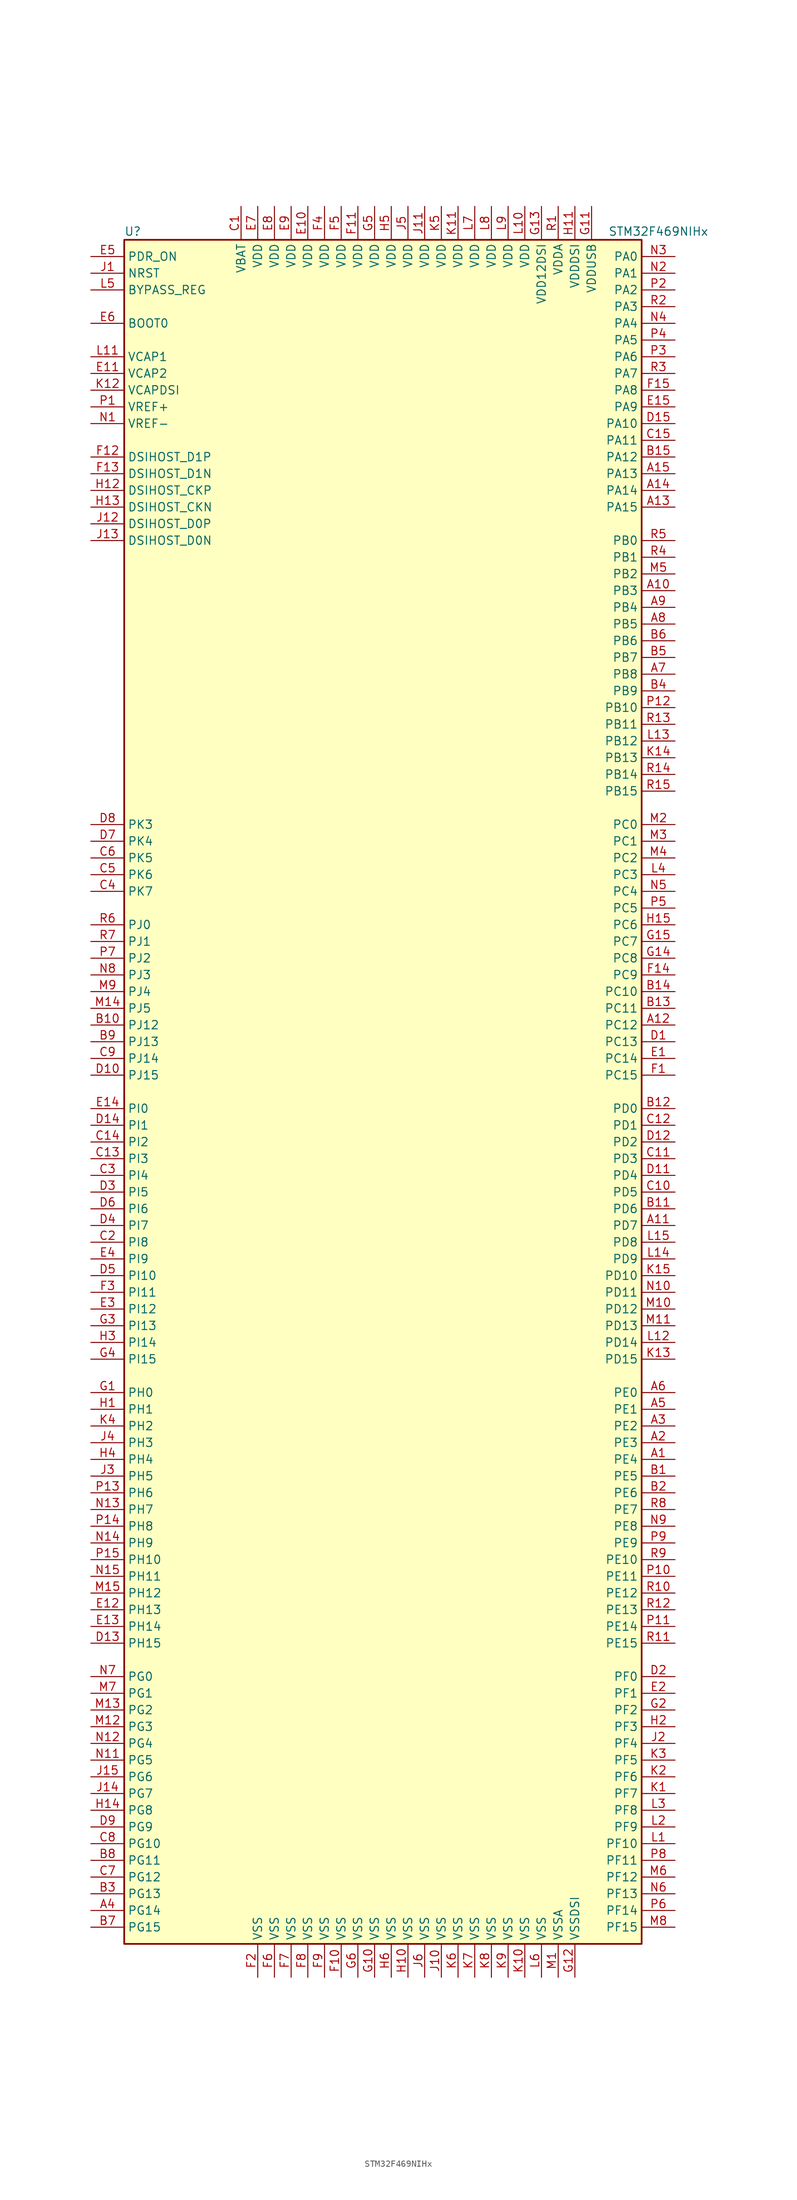
<source format=kicad_sym>
(kicad_symbol_lib
  (version 20201005)
  (generator kicad_symbol_editor)
  (symbol "STM32F469NIHx"
    (property "Reference" "U"
      (at -40.64 130.81 0)
      (effects (font (size 1.27 1.27)) (justify left)))
    (property "Value" "STM32F469NIHx"
      (at 33.02 130.81 0)
      (effects (font (size 1.27 1.27)) (justify left)))
    (symbol "STM32F469NIHx_0_1"
      (rectangle (start -40.64 -129.54) (end 38.1 129.54) (stroke (width 0.254)) (fill (type background))))
    (symbol "STM32F469NIHx_1_1"
      (pin bidirectional line (at 43.18 -55.88 180) (length 5.08) (name "PE4" (effects (font (size 1.27 1.27)))) (number "A1" (effects (font (size 1.27 1.27)))))
      (pin bidirectional line (at 43.18 76.2 180) (length 5.08) (name "PB3" (effects (font (size 1.27 1.27)))) (number "A10" (effects (font (size 1.27 1.27)))))
      (pin bidirectional line (at 43.18 -20.32 180) (length 5.08) (name "PD7" (effects (font (size 1.27 1.27)))) (number "A11" (effects (font (size 1.27 1.27)))))
      (pin bidirectional line (at 43.18 10.16 180) (length 5.08) (name "PC12" (effects (font (size 1.27 1.27)))) (number "A12" (effects (font (size 1.27 1.27)))))
      (pin bidirectional line (at 43.18 88.9 180) (length 5.08) (name "PA15" (effects (font (size 1.27 1.27)))) (number "A13" (effects (font (size 1.27 1.27)))))
      (pin bidirectional line (at 43.18 91.44 180) (length 5.08) (name "PA14" (effects (font (size 1.27 1.27)))) (number "A14" (effects (font (size 1.27 1.27)))))
      (pin bidirectional line (at 43.18 93.98 180) (length 5.08) (name "PA13" (effects (font (size 1.27 1.27)))) (number "A15" (effects (font (size 1.27 1.27)))))
      (pin bidirectional line (at 43.18 -53.34 180) (length 5.08) (name "PE3" (effects (font (size 1.27 1.27)))) (number "A2" (effects (font (size 1.27 1.27)))))
      (pin bidirectional line (at 43.18 -50.8 180) (length 5.08) (name "PE2" (effects (font (size 1.27 1.27)))) (number "A3" (effects (font (size 1.27 1.27)))))
      (pin bidirectional line (at -45.72 -124.46 0) (length 5.08) (name "PG14" (effects (font (size 1.27 1.27)))) (number "A4" (effects (font (size 1.27 1.27)))))
      (pin bidirectional line (at 43.18 -48.26 180) (length 5.08) (name "PE1" (effects (font (size 1.27 1.27)))) (number "A5" (effects (font (size 1.27 1.27)))))
      (pin bidirectional line (at 43.18 -45.72 180) (length 5.08) (name "PE0" (effects (font (size 1.27 1.27)))) (number "A6" (effects (font (size 1.27 1.27)))))
      (pin bidirectional line (at 43.18 63.5 180) (length 5.08) (name "PB8" (effects (font (size 1.27 1.27)))) (number "A7" (effects (font (size 1.27 1.27)))))
      (pin bidirectional line (at 43.18 71.12 180) (length 5.08) (name "PB5" (effects (font (size 1.27 1.27)))) (number "A8" (effects (font (size 1.27 1.27)))))
      (pin bidirectional line (at 43.18 73.66 180) (length 5.08) (name "PB4" (effects (font (size 1.27 1.27)))) (number "A9" (effects (font (size 1.27 1.27)))))
      (pin bidirectional line (at 43.18 -58.42 180) (length 5.08) (name "PE5" (effects (font (size 1.27 1.27)))) (number "B1" (effects (font (size 1.27 1.27)))))
      (pin bidirectional line (at -45.72 10.16 0) (length 5.08) (name "PJ12" (effects (font (size 1.27 1.27)))) (number "B10" (effects (font (size 1.27 1.27)))))
      (pin bidirectional line (at 43.18 -17.78 180) (length 5.08) (name "PD6" (effects (font (size 1.27 1.27)))) (number "B11" (effects (font (size 1.27 1.27)))))
      (pin bidirectional line (at 43.18 -2.54 180) (length 5.08) (name "PD0" (effects (font (size 1.27 1.27)))) (number "B12" (effects (font (size 1.27 1.27)))))
      (pin bidirectional line (at 43.18 12.7 180) (length 5.08) (name "PC11" (effects (font (size 1.27 1.27)))) (number "B13" (effects (font (size 1.27 1.27)))))
      (pin bidirectional line (at 43.18 15.24 180) (length 5.08) (name "PC10" (effects (font (size 1.27 1.27)))) (number "B14" (effects (font (size 1.27 1.27)))))
      (pin bidirectional line (at 43.18 96.52 180) (length 5.08) (name "PA12" (effects (font (size 1.27 1.27)))) (number "B15" (effects (font (size 1.27 1.27)))))
      (pin bidirectional line (at 43.18 -60.96 180) (length 5.08) (name "PE6" (effects (font (size 1.27 1.27)))) (number "B2" (effects (font (size 1.27 1.27)))))
      (pin bidirectional line (at -45.72 -121.92 0) (length 5.08) (name "PG13" (effects (font (size 1.27 1.27)))) (number "B3" (effects (font (size 1.27 1.27)))))
      (pin bidirectional line (at 43.18 60.96 180) (length 5.08) (name "PB9" (effects (font (size 1.27 1.27)))) (number "B4" (effects (font (size 1.27 1.27)))))
      (pin bidirectional line (at 43.18 66.04 180) (length 5.08) (name "PB7" (effects (font (size 1.27 1.27)))) (number "B5" (effects (font (size 1.27 1.27)))))
      (pin bidirectional line (at 43.18 68.58 180) (length 5.08) (name "PB6" (effects (font (size 1.27 1.27)))) (number "B6" (effects (font (size 1.27 1.27)))))
      (pin bidirectional line (at -45.72 -127 0) (length 5.08) (name "PG15" (effects (font (size 1.27 1.27)))) (number "B7" (effects (font (size 1.27 1.27)))))
      (pin bidirectional line (at -45.72 -116.84 0) (length 5.08) (name "PG11" (effects (font (size 1.27 1.27)))) (number "B8" (effects (font (size 1.27 1.27)))))
      (pin bidirectional line (at -45.72 7.62 0) (length 5.08) (name "PJ13" (effects (font (size 1.27 1.27)))) (number "B9" (effects (font (size 1.27 1.27)))))
      (pin power_in line (at -22.86 134.62 270) (length 5.08) (name "VBAT" (effects (font (size 1.27 1.27)))) (number "C1" (effects (font (size 1.27 1.27)))))
      (pin bidirectional line (at 43.18 -15.24 180) (length 5.08) (name "PD5" (effects (font (size 1.27 1.27)))) (number "C10" (effects (font (size 1.27 1.27)))))
      (pin bidirectional line (at 43.18 -10.16 180) (length 5.08) (name "PD3" (effects (font (size 1.27 1.27)))) (number "C11" (effects (font (size 1.27 1.27)))))
      (pin bidirectional line (at 43.18 -5.08 180) (length 5.08) (name "PD1" (effects (font (size 1.27 1.27)))) (number "C12" (effects (font (size 1.27 1.27)))))
      (pin bidirectional line (at -45.72 -10.16 0) (length 5.08) (name "PI3" (effects (font (size 1.27 1.27)))) (number "C13" (effects (font (size 1.27 1.27)))))
      (pin bidirectional line (at -45.72 -7.62 0) (length 5.08) (name "PI2" (effects (font (size 1.27 1.27)))) (number "C14" (effects (font (size 1.27 1.27)))))
      (pin bidirectional line (at 43.18 99.06 180) (length 5.08) (name "PA11" (effects (font (size 1.27 1.27)))) (number "C15" (effects (font (size 1.27 1.27)))))
      (pin bidirectional line (at -45.72 -22.86 0) (length 5.08) (name "PI8" (effects (font (size 1.27 1.27)))) (number "C2" (effects (font (size 1.27 1.27)))))
      (pin bidirectional line (at -45.72 -12.7 0) (length 5.08) (name "PI4" (effects (font (size 1.27 1.27)))) (number "C3" (effects (font (size 1.27 1.27)))))
      (pin bidirectional line (at -45.72 30.48 0) (length 5.08) (name "PK7" (effects (font (size 1.27 1.27)))) (number "C4" (effects (font (size 1.27 1.27)))))
      (pin bidirectional line (at -45.72 33.02 0) (length 5.08) (name "PK6" (effects (font (size 1.27 1.27)))) (number "C5" (effects (font (size 1.27 1.27)))))
      (pin bidirectional line (at -45.72 35.56 0) (length 5.08) (name "PK5" (effects (font (size 1.27 1.27)))) (number "C6" (effects (font (size 1.27 1.27)))))
      (pin bidirectional line (at -45.72 -119.38 0) (length 5.08) (name "PG12" (effects (font (size 1.27 1.27)))) (number "C7" (effects (font (size 1.27 1.27)))))
      (pin bidirectional line (at -45.72 -114.3 0) (length 5.08) (name "PG10" (effects (font (size 1.27 1.27)))) (number "C8" (effects (font (size 1.27 1.27)))))
      (pin bidirectional line (at -45.72 5.08 0) (length 5.08) (name "PJ14" (effects (font (size 1.27 1.27)))) (number "C9" (effects (font (size 1.27 1.27)))))
      (pin bidirectional line (at 43.18 7.62 180) (length 5.08) (name "PC13" (effects (font (size 1.27 1.27)))) (number "D1" (effects (font (size 1.27 1.27)))))
      (pin bidirectional line (at -45.72 2.54 0) (length 5.08) (name "PJ15" (effects (font (size 1.27 1.27)))) (number "D10" (effects (font (size 1.27 1.27)))))
      (pin bidirectional line (at 43.18 -12.7 180) (length 5.08) (name "PD4" (effects (font (size 1.27 1.27)))) (number "D11" (effects (font (size 1.27 1.27)))))
      (pin bidirectional line (at 43.18 -7.62 180) (length 5.08) (name "PD2" (effects (font (size 1.27 1.27)))) (number "D12" (effects (font (size 1.27 1.27)))))
      (pin bidirectional line (at -45.72 -83.82 0) (length 5.08) (name "PH15" (effects (font (size 1.27 1.27)))) (number "D13" (effects (font (size 1.27 1.27)))))
      (pin bidirectional line (at -45.72 -5.08 0) (length 5.08) (name "PI1" (effects (font (size 1.27 1.27)))) (number "D14" (effects (font (size 1.27 1.27)))))
      (pin bidirectional line (at 43.18 101.6 180) (length 5.08) (name "PA10" (effects (font (size 1.27 1.27)))) (number "D15" (effects (font (size 1.27 1.27)))))
      (pin bidirectional line (at 43.18 -88.9 180) (length 5.08) (name "PF0" (effects (font (size 1.27 1.27)))) (number "D2" (effects (font (size 1.27 1.27)))))
      (pin bidirectional line (at -45.72 -15.24 0) (length 5.08) (name "PI5" (effects (font (size 1.27 1.27)))) (number "D3" (effects (font (size 1.27 1.27)))))
      (pin bidirectional line (at -45.72 -20.32 0) (length 5.08) (name "PI7" (effects (font (size 1.27 1.27)))) (number "D4" (effects (font (size 1.27 1.27)))))
      (pin bidirectional line (at -45.72 -27.94 0) (length 5.08) (name "PI10" (effects (font (size 1.27 1.27)))) (number "D5" (effects (font (size 1.27 1.27)))))
      (pin bidirectional line (at -45.72 -17.78 0) (length 5.08) (name "PI6" (effects (font (size 1.27 1.27)))) (number "D6" (effects (font (size 1.27 1.27)))))
      (pin bidirectional line (at -45.72 38.1 0) (length 5.08) (name "PK4" (effects (font (size 1.27 1.27)))) (number "D7" (effects (font (size 1.27 1.27)))))
      (pin bidirectional line (at -45.72 40.64 0) (length 5.08) (name "PK3" (effects (font (size 1.27 1.27)))) (number "D8" (effects (font (size 1.27 1.27)))))
      (pin bidirectional line (at -45.72 -111.76 0) (length 5.08) (name "PG9" (effects (font (size 1.27 1.27)))) (number "D9" (effects (font (size 1.27 1.27)))))
      (pin bidirectional line (at 43.18 5.08 180) (length 5.08) (name "PC14" (effects (font (size 1.27 1.27)))) (number "E1" (effects (font (size 1.27 1.27)))))
      (pin power_in line (at -12.7 134.62 270) (length 5.08) (name "VDD" (effects (font (size 1.27 1.27)))) (number "E10" (effects (font (size 1.27 1.27)))))
      (pin power_in line (at -45.72 109.22 0) (length 5.08) (name "VCAP2" (effects (font (size 1.27 1.27)))) (number "E11" (effects (font (size 1.27 1.27)))))
      (pin bidirectional line (at -45.72 -78.74 0) (length 5.08) (name "PH13" (effects (font (size 1.27 1.27)))) (number "E12" (effects (font (size 1.27 1.27)))))
      (pin bidirectional line (at -45.72 -81.28 0) (length 5.08) (name "PH14" (effects (font (size 1.27 1.27)))) (number "E13" (effects (font (size 1.27 1.27)))))
      (pin bidirectional line (at -45.72 -2.54 0) (length 5.08) (name "PI0" (effects (font (size 1.27 1.27)))) (number "E14" (effects (font (size 1.27 1.27)))))
      (pin bidirectional line (at 43.18 104.14 180) (length 5.08) (name "PA9" (effects (font (size 1.27 1.27)))) (number "E15" (effects (font (size 1.27 1.27)))))
      (pin bidirectional line (at 43.18 -91.44 180) (length 5.08) (name "PF1" (effects (font (size 1.27 1.27)))) (number "E2" (effects (font (size 1.27 1.27)))))
      (pin bidirectional line (at -45.72 -33.02 0) (length 5.08) (name "PI12" (effects (font (size 1.27 1.27)))) (number "E3" (effects (font (size 1.27 1.27)))))
      (pin bidirectional line (at -45.72 -25.4 0) (length 5.08) (name "PI9" (effects (font (size 1.27 1.27)))) (number "E4" (effects (font (size 1.27 1.27)))))
      (pin input line (at -45.72 127 0) (length 5.08) (name "PDR_ON" (effects (font (size 1.27 1.27)))) (number "E5" (effects (font (size 1.27 1.27)))))
      (pin input line (at -45.72 116.84 0) (length 5.08) (name "BOOT0" (effects (font (size 1.27 1.27)))) (number "E6" (effects (font (size 1.27 1.27)))))
      (pin power_in line (at -20.32 134.62 270) (length 5.08) (name "VDD" (effects (font (size 1.27 1.27)))) (number "E7" (effects (font (size 1.27 1.27)))))
      (pin power_in line (at -17.78 134.62 270) (length 5.08) (name "VDD" (effects (font (size 1.27 1.27)))) (number "E8" (effects (font (size 1.27 1.27)))))
      (pin power_in line (at -15.24 134.62 270) (length 5.08) (name "VDD" (effects (font (size 1.27 1.27)))) (number "E9" (effects (font (size 1.27 1.27)))))
      (pin bidirectional line (at 43.18 2.54 180) (length 5.08) (name "PC15" (effects (font (size 1.27 1.27)))) (number "F1" (effects (font (size 1.27 1.27)))))
      (pin power_in line (at -7.62 -134.62 90) (length 5.08) (name "VSS" (effects (font (size 1.27 1.27)))) (number "F10" (effects (font (size 1.27 1.27)))))
      (pin power_in line (at -5.08 134.62 270) (length 5.08) (name "VDD" (effects (font (size 1.27 1.27)))) (number "F11" (effects (font (size 1.27 1.27)))))
      (pin bidirectional line (at -45.72 96.52 0) (length 5.08) (name "DSIHOST_D1P" (effects (font (size 1.27 1.27)))) (number "F12" (effects (font (size 1.27 1.27)))))
      (pin bidirectional line (at -45.72 93.98 0) (length 5.08) (name "DSIHOST_D1N" (effects (font (size 1.27 1.27)))) (number "F13" (effects (font (size 1.27 1.27)))))
      (pin bidirectional line (at 43.18 17.78 180) (length 5.08) (name "PC9" (effects (font (size 1.27 1.27)))) (number "F14" (effects (font (size 1.27 1.27)))))
      (pin bidirectional line (at 43.18 106.68 180) (length 5.08) (name "PA8" (effects (font (size 1.27 1.27)))) (number "F15" (effects (font (size 1.27 1.27)))))
      (pin power_in line (at -20.32 -134.62 90) (length 5.08) (name "VSS" (effects (font (size 1.27 1.27)))) (number "F2" (effects (font (size 1.27 1.27)))))
      (pin bidirectional line (at -45.72 -30.48 0) (length 5.08) (name "PI11" (effects (font (size 1.27 1.27)))) (number "F3" (effects (font (size 1.27 1.27)))))
      (pin power_in line (at -10.16 134.62 270) (length 5.08) (name "VDD" (effects (font (size 1.27 1.27)))) (number "F4" (effects (font (size 1.27 1.27)))))
      (pin power_in line (at -7.62 134.62 270) (length 5.08) (name "VDD" (effects (font (size 1.27 1.27)))) (number "F5" (effects (font (size 1.27 1.27)))))
      (pin power_in line (at -17.78 -134.62 90) (length 5.08) (name "VSS" (effects (font (size 1.27 1.27)))) (number "F6" (effects (font (size 1.27 1.27)))))
      (pin power_in line (at -15.24 -134.62 90) (length 5.08) (name "VSS" (effects (font (size 1.27 1.27)))) (number "F7" (effects (font (size 1.27 1.27)))))
      (pin power_in line (at -12.7 -134.62 90) (length 5.08) (name "VSS" (effects (font (size 1.27 1.27)))) (number "F8" (effects (font (size 1.27 1.27)))))
      (pin power_in line (at -10.16 -134.62 90) (length 5.08) (name "VSS" (effects (font (size 1.27 1.27)))) (number "F9" (effects (font (size 1.27 1.27)))))
      (pin input line (at -45.72 -45.72 0) (length 5.08) (name "PH0" (effects (font (size 1.27 1.27)))) (number "G1" (effects (font (size 1.27 1.27)))))
      (pin power_in line (at -2.54 -134.62 90) (length 5.08) (name "VSS" (effects (font (size 1.27 1.27)))) (number "G10" (effects (font (size 1.27 1.27)))))
      (pin power_in line (at 30.48 134.62 270) (length 5.08) (name "VDDUSB" (effects (font (size 1.27 1.27)))) (number "G11" (effects (font (size 1.27 1.27)))))
      (pin power_in line (at 27.94 -134.62 90) (length 5.08) (name "VSSDSI" (effects (font (size 1.27 1.27)))) (number "G12" (effects (font (size 1.27 1.27)))))
      (pin power_in line (at 22.86 134.62 270) (length 5.08) (name "VDD12DSI" (effects (font (size 1.27 1.27)))) (number "G13" (effects (font (size 1.27 1.27)))))
      (pin bidirectional line (at 43.18 20.32 180) (length 5.08) (name "PC8" (effects (font (size 1.27 1.27)))) (number "G14" (effects (font (size 1.27 1.27)))))
      (pin bidirectional line (at 43.18 22.86 180) (length 5.08) (name "PC7" (effects (font (size 1.27 1.27)))) (number "G15" (effects (font (size 1.27 1.27)))))
      (pin bidirectional line (at 43.18 -93.98 180) (length 5.08) (name "PF2" (effects (font (size 1.27 1.27)))) (number "G2" (effects (font (size 1.27 1.27)))))
      (pin bidirectional line (at -45.72 -35.56 0) (length 5.08) (name "PI13" (effects (font (size 1.27 1.27)))) (number "G3" (effects (font (size 1.27 1.27)))))
      (pin bidirectional line (at -45.72 -40.64 0) (length 5.08) (name "PI15" (effects (font (size 1.27 1.27)))) (number "G4" (effects (font (size 1.27 1.27)))))
      (pin power_in line (at -2.54 134.62 270) (length 5.08) (name "VDD" (effects (font (size 1.27 1.27)))) (number "G5" (effects (font (size 1.27 1.27)))))
      (pin power_in line (at -5.08 -134.62 90) (length 5.08) (name "VSS" (effects (font (size 1.27 1.27)))) (number "G6" (effects (font (size 1.27 1.27)))))
      (pin input line (at -45.72 -48.26 0) (length 5.08) (name "PH1" (effects (font (size 1.27 1.27)))) (number "H1" (effects (font (size 1.27 1.27)))))
      (pin power_in line (at 2.54 -134.62 90) (length 5.08) (name "VSS" (effects (font (size 1.27 1.27)))) (number "H10" (effects (font (size 1.27 1.27)))))
      (pin power_in line (at 27.94 134.62 270) (length 5.08) (name "VDDDSI" (effects (font (size 1.27 1.27)))) (number "H11" (effects (font (size 1.27 1.27)))))
      (pin bidirectional line (at -45.72 91.44 0) (length 5.08) (name "DSIHOST_CKP" (effects (font (size 1.27 1.27)))) (number "H12" (effects (font (size 1.27 1.27)))))
      (pin bidirectional line (at -45.72 88.9 0) (length 5.08) (name "DSIHOST_CKN" (effects (font (size 1.27 1.27)))) (number "H13" (effects (font (size 1.27 1.27)))))
      (pin bidirectional line (at -45.72 -109.22 0) (length 5.08) (name "PG8" (effects (font (size 1.27 1.27)))) (number "H14" (effects (font (size 1.27 1.27)))))
      (pin bidirectional line (at 43.18 25.4 180) (length 5.08) (name "PC6" (effects (font (size 1.27 1.27)))) (number "H15" (effects (font (size 1.27 1.27)))))
      (pin bidirectional line (at 43.18 -96.52 180) (length 5.08) (name "PF3" (effects (font (size 1.27 1.27)))) (number "H2" (effects (font (size 1.27 1.27)))))
      (pin bidirectional line (at -45.72 -38.1 0) (length 5.08) (name "PI14" (effects (font (size 1.27 1.27)))) (number "H3" (effects (font (size 1.27 1.27)))))
      (pin bidirectional line (at -45.72 -55.88 0) (length 5.08) (name "PH4" (effects (font (size 1.27 1.27)))) (number "H4" (effects (font (size 1.27 1.27)))))
      (pin power_in line (at 0 134.62 270) (length 5.08) (name "VDD" (effects (font (size 1.27 1.27)))) (number "H5" (effects (font (size 1.27 1.27)))))
      (pin power_in line (at 0 -134.62 90) (length 5.08) (name "VSS" (effects (font (size 1.27 1.27)))) (number "H6" (effects (font (size 1.27 1.27)))))
      (pin input line (at -45.72 124.46 0) (length 5.08) (name "NRST" (effects (font (size 1.27 1.27)))) (number "J1" (effects (font (size 1.27 1.27)))))
      (pin power_in line (at 7.62 -134.62 90) (length 5.08) (name "VSS" (effects (font (size 1.27 1.27)))) (number "J10" (effects (font (size 1.27 1.27)))))
      (pin power_in line (at 5.08 134.62 270) (length 5.08) (name "VDD" (effects (font (size 1.27 1.27)))) (number "J11" (effects (font (size 1.27 1.27)))))
      (pin bidirectional line (at -45.72 86.36 0) (length 5.08) (name "DSIHOST_D0P" (effects (font (size 1.27 1.27)))) (number "J12" (effects (font (size 1.27 1.27)))))
      (pin bidirectional line (at -45.72 83.82 0) (length 5.08) (name "DSIHOST_D0N" (effects (font (size 1.27 1.27)))) (number "J13" (effects (font (size 1.27 1.27)))))
      (pin bidirectional line (at -45.72 -106.68 0) (length 5.08) (name "PG7" (effects (font (size 1.27 1.27)))) (number "J14" (effects (font (size 1.27 1.27)))))
      (pin bidirectional line (at -45.72 -104.14 0) (length 5.08) (name "PG6" (effects (font (size 1.27 1.27)))) (number "J15" (effects (font (size 1.27 1.27)))))
      (pin bidirectional line (at 43.18 -99.06 180) (length 5.08) (name "PF4" (effects (font (size 1.27 1.27)))) (number "J2" (effects (font (size 1.27 1.27)))))
      (pin bidirectional line (at -45.72 -58.42 0) (length 5.08) (name "PH5" (effects (font (size 1.27 1.27)))) (number "J3" (effects (font (size 1.27 1.27)))))
      (pin bidirectional line (at -45.72 -53.34 0) (length 5.08) (name "PH3" (effects (font (size 1.27 1.27)))) (number "J4" (effects (font (size 1.27 1.27)))))
      (pin power_in line (at 2.54 134.62 270) (length 5.08) (name "VDD" (effects (font (size 1.27 1.27)))) (number "J5" (effects (font (size 1.27 1.27)))))
      (pin power_in line (at 5.08 -134.62 90) (length 5.08) (name "VSS" (effects (font (size 1.27 1.27)))) (number "J6" (effects (font (size 1.27 1.27)))))
      (pin bidirectional line (at 43.18 -106.68 180) (length 5.08) (name "PF7" (effects (font (size 1.27 1.27)))) (number "K1" (effects (font (size 1.27 1.27)))))
      (pin power_in line (at 20.32 -134.62 90) (length 5.08) (name "VSS" (effects (font (size 1.27 1.27)))) (number "K10" (effects (font (size 1.27 1.27)))))
      (pin power_in line (at 10.16 134.62 270) (length 5.08) (name "VDD" (effects (font (size 1.27 1.27)))) (number "K11" (effects (font (size 1.27 1.27)))))
      (pin power_in line (at -45.72 106.68 0) (length 5.08) (name "VCAPDSI" (effects (font (size 1.27 1.27)))) (number "K12" (effects (font (size 1.27 1.27)))))
      (pin bidirectional line (at 43.18 -40.64 180) (length 5.08) (name "PD15" (effects (font (size 1.27 1.27)))) (number "K13" (effects (font (size 1.27 1.27)))))
      (pin bidirectional line (at 43.18 50.8 180) (length 5.08) (name "PB13" (effects (font (size 1.27 1.27)))) (number "K14" (effects (font (size 1.27 1.27)))))
      (pin bidirectional line (at 43.18 -27.94 180) (length 5.08) (name "PD10" (effects (font (size 1.27 1.27)))) (number "K15" (effects (font (size 1.27 1.27)))))
      (pin bidirectional line (at 43.18 -104.14 180) (length 5.08) (name "PF6" (effects (font (size 1.27 1.27)))) (number "K2" (effects (font (size 1.27 1.27)))))
      (pin bidirectional line (at 43.18 -101.6 180) (length 5.08) (name "PF5" (effects (font (size 1.27 1.27)))) (number "K3" (effects (font (size 1.27 1.27)))))
      (pin bidirectional line (at -45.72 -50.8 0) (length 5.08) (name "PH2" (effects (font (size 1.27 1.27)))) (number "K4" (effects (font (size 1.27 1.27)))))
      (pin power_in line (at 7.62 134.62 270) (length 5.08) (name "VDD" (effects (font (size 1.27 1.27)))) (number "K5" (effects (font (size 1.27 1.27)))))
      (pin power_in line (at 10.16 -134.62 90) (length 5.08) (name "VSS" (effects (font (size 1.27 1.27)))) (number "K6" (effects (font (size 1.27 1.27)))))
      (pin power_in line (at 12.7 -134.62 90) (length 5.08) (name "VSS" (effects (font (size 1.27 1.27)))) (number "K7" (effects (font (size 1.27 1.27)))))
      (pin power_in line (at 15.24 -134.62 90) (length 5.08) (name "VSS" (effects (font (size 1.27 1.27)))) (number "K8" (effects (font (size 1.27 1.27)))))
      (pin power_in line (at 17.78 -134.62 90) (length 5.08) (name "VSS" (effects (font (size 1.27 1.27)))) (number "K9" (effects (font (size 1.27 1.27)))))
      (pin bidirectional line (at 43.18 -114.3 180) (length 5.08) (name "PF10" (effects (font (size 1.27 1.27)))) (number "L1" (effects (font (size 1.27 1.27)))))
      (pin power_in line (at 20.32 134.62 270) (length 5.08) (name "VDD" (effects (font (size 1.27 1.27)))) (number "L10" (effects (font (size 1.27 1.27)))))
      (pin power_in line (at -45.72 111.76 0) (length 5.08) (name "VCAP1" (effects (font (size 1.27 1.27)))) (number "L11" (effects (font (size 1.27 1.27)))))
      (pin bidirectional line (at 43.18 -38.1 180) (length 5.08) (name "PD14" (effects (font (size 1.27 1.27)))) (number "L12" (effects (font (size 1.27 1.27)))))
      (pin bidirectional line (at 43.18 53.34 180) (length 5.08) (name "PB12" (effects (font (size 1.27 1.27)))) (number "L13" (effects (font (size 1.27 1.27)))))
      (pin bidirectional line (at 43.18 -25.4 180) (length 5.08) (name "PD9" (effects (font (size 1.27 1.27)))) (number "L14" (effects (font (size 1.27 1.27)))))
      (pin bidirectional line (at 43.18 -22.86 180) (length 5.08) (name "PD8" (effects (font (size 1.27 1.27)))) (number "L15" (effects (font (size 1.27 1.27)))))
      (pin bidirectional line (at 43.18 -111.76 180) (length 5.08) (name "PF9" (effects (font (size 1.27 1.27)))) (number "L2" (effects (font (size 1.27 1.27)))))
      (pin bidirectional line (at 43.18 -109.22 180) (length 5.08) (name "PF8" (effects (font (size 1.27 1.27)))) (number "L3" (effects (font (size 1.27 1.27)))))
      (pin bidirectional line (at 43.18 33.02 180) (length 5.08) (name "PC3" (effects (font (size 1.27 1.27)))) (number "L4" (effects (font (size 1.27 1.27)))))
      (pin input line (at -45.72 121.92 0) (length 5.08) (name "BYPASS_REG" (effects (font (size 1.27 1.27)))) (number "L5" (effects (font (size 1.27 1.27)))))
      (pin power_in line (at 22.86 -134.62 90) (length 5.08) (name "VSS" (effects (font (size 1.27 1.27)))) (number "L6" (effects (font (size 1.27 1.27)))))
      (pin power_in line (at 12.7 134.62 270) (length 5.08) (name "VDD" (effects (font (size 1.27 1.27)))) (number "L7" (effects (font (size 1.27 1.27)))))
      (pin power_in line (at 15.24 134.62 270) (length 5.08) (name "VDD" (effects (font (size 1.27 1.27)))) (number "L8" (effects (font (size 1.27 1.27)))))
      (pin power_in line (at 17.78 134.62 270) (length 5.08) (name "VDD" (effects (font (size 1.27 1.27)))) (number "L9" (effects (font (size 1.27 1.27)))))
      (pin power_in line (at 25.4 -134.62 90) (length 5.08) (name "VSSA" (effects (font (size 1.27 1.27)))) (number "M1" (effects (font (size 1.27 1.27)))))
      (pin bidirectional line (at 43.18 -33.02 180) (length 5.08) (name "PD12" (effects (font (size 1.27 1.27)))) (number "M10" (effects (font (size 1.27 1.27)))))
      (pin bidirectional line (at 43.18 -35.56 180) (length 5.08) (name "PD13" (effects (font (size 1.27 1.27)))) (number "M11" (effects (font (size 1.27 1.27)))))
      (pin bidirectional line (at -45.72 -96.52 0) (length 5.08) (name "PG3" (effects (font (size 1.27 1.27)))) (number "M12" (effects (font (size 1.27 1.27)))))
      (pin bidirectional line (at -45.72 -93.98 0) (length 5.08) (name "PG2" (effects (font (size 1.27 1.27)))) (number "M13" (effects (font (size 1.27 1.27)))))
      (pin bidirectional line (at -45.72 12.7 0) (length 5.08) (name "PJ5" (effects (font (size 1.27 1.27)))) (number "M14" (effects (font (size 1.27 1.27)))))
      (pin bidirectional line (at -45.72 -76.2 0) (length 5.08) (name "PH12" (effects (font (size 1.27 1.27)))) (number "M15" (effects (font (size 1.27 1.27)))))
      (pin bidirectional line (at 43.18 40.64 180) (length 5.08) (name "PC0" (effects (font (size 1.27 1.27)))) (number "M2" (effects (font (size 1.27 1.27)))))
      (pin bidirectional line (at 43.18 38.1 180) (length 5.08) (name "PC1" (effects (font (size 1.27 1.27)))) (number "M3" (effects (font (size 1.27 1.27)))))
      (pin bidirectional line (at 43.18 35.56 180) (length 5.08) (name "PC2" (effects (font (size 1.27 1.27)))) (number "M4" (effects (font (size 1.27 1.27)))))
      (pin bidirectional line (at 43.18 78.74 180) (length 5.08) (name "PB2" (effects (font (size 1.27 1.27)))) (number "M5" (effects (font (size 1.27 1.27)))))
      (pin bidirectional line (at 43.18 -119.38 180) (length 5.08) (name "PF12" (effects (font (size 1.27 1.27)))) (number "M6" (effects (font (size 1.27 1.27)))))
      (pin bidirectional line (at -45.72 -91.44 0) (length 5.08) (name "PG1" (effects (font (size 1.27 1.27)))) (number "M7" (effects (font (size 1.27 1.27)))))
      (pin bidirectional line (at 43.18 -127 180) (length 5.08) (name "PF15" (effects (font (size 1.27 1.27)))) (number "M8" (effects (font (size 1.27 1.27)))))
      (pin bidirectional line (at -45.72 15.24 0) (length 5.08) (name "PJ4" (effects (font (size 1.27 1.27)))) (number "M9" (effects (font (size 1.27 1.27)))))
      (pin power_in line (at -45.72 101.6 0) (length 5.08) (name "VREF-" (effects (font (size 1.27 1.27)))) (number "N1" (effects (font (size 1.27 1.27)))))
      (pin bidirectional line (at 43.18 -30.48 180) (length 5.08) (name "PD11" (effects (font (size 1.27 1.27)))) (number "N10" (effects (font (size 1.27 1.27)))))
      (pin bidirectional line (at -45.72 -101.6 0) (length 5.08) (name "PG5" (effects (font (size 1.27 1.27)))) (number "N11" (effects (font (size 1.27 1.27)))))
      (pin bidirectional line (at -45.72 -99.06 0) (length 5.08) (name "PG4" (effects (font (size 1.27 1.27)))) (number "N12" (effects (font (size 1.27 1.27)))))
      (pin bidirectional line (at -45.72 -63.5 0) (length 5.08) (name "PH7" (effects (font (size 1.27 1.27)))) (number "N13" (effects (font (size 1.27 1.27)))))
      (pin bidirectional line (at -45.72 -68.58 0) (length 5.08) (name "PH9" (effects (font (size 1.27 1.27)))) (number "N14" (effects (font (size 1.27 1.27)))))
      (pin bidirectional line (at -45.72 -73.66 0) (length 5.08) (name "PH11" (effects (font (size 1.27 1.27)))) (number "N15" (effects (font (size 1.27 1.27)))))
      (pin bidirectional line (at 43.18 124.46 180) (length 5.08) (name "PA1" (effects (font (size 1.27 1.27)))) (number "N2" (effects (font (size 1.27 1.27)))))
      (pin bidirectional line (at 43.18 127 180) (length 5.08) (name "PA0" (effects (font (size 1.27 1.27)))) (number "N3" (effects (font (size 1.27 1.27)))))
      (pin bidirectional line (at 43.18 116.84 180) (length 5.08) (name "PA4" (effects (font (size 1.27 1.27)))) (number "N4" (effects (font (size 1.27 1.27)))))
      (pin bidirectional line (at 43.18 30.48 180) (length 5.08) (name "PC4" (effects (font (size 1.27 1.27)))) (number "N5" (effects (font (size 1.27 1.27)))))
      (pin bidirectional line (at 43.18 -121.92 180) (length 5.08) (name "PF13" (effects (font (size 1.27 1.27)))) (number "N6" (effects (font (size 1.27 1.27)))))
      (pin bidirectional line (at -45.72 -88.9 0) (length 5.08) (name "PG0" (effects (font (size 1.27 1.27)))) (number "N7" (effects (font (size 1.27 1.27)))))
      (pin bidirectional line (at -45.72 17.78 0) (length 5.08) (name "PJ3" (effects (font (size 1.27 1.27)))) (number "N8" (effects (font (size 1.27 1.27)))))
      (pin bidirectional line (at 43.18 -66.04 180) (length 5.08) (name "PE8" (effects (font (size 1.27 1.27)))) (number "N9" (effects (font (size 1.27 1.27)))))
      (pin power_in line (at -45.72 104.14 0) (length 5.08) (name "VREF+" (effects (font (size 1.27 1.27)))) (number "P1" (effects (font (size 1.27 1.27)))))
      (pin bidirectional line (at 43.18 -73.66 180) (length 5.08) (name "PE11" (effects (font (size 1.27 1.27)))) (number "P10" (effects (font (size 1.27 1.27)))))
      (pin bidirectional line (at 43.18 -81.28 180) (length 5.08) (name "PE14" (effects (font (size 1.27 1.27)))) (number "P11" (effects (font (size 1.27 1.27)))))
      (pin bidirectional line (at 43.18 58.42 180) (length 5.08) (name "PB10" (effects (font (size 1.27 1.27)))) (number "P12" (effects (font (size 1.27 1.27)))))
      (pin bidirectional line (at -45.72 -60.96 0) (length 5.08) (name "PH6" (effects (font (size 1.27 1.27)))) (number "P13" (effects (font (size 1.27 1.27)))))
      (pin bidirectional line (at -45.72 -66.04 0) (length 5.08) (name "PH8" (effects (font (size 1.27 1.27)))) (number "P14" (effects (font (size 1.27 1.27)))))
      (pin bidirectional line (at -45.72 -71.12 0) (length 5.08) (name "PH10" (effects (font (size 1.27 1.27)))) (number "P15" (effects (font (size 1.27 1.27)))))
      (pin bidirectional line (at 43.18 121.92 180) (length 5.08) (name "PA2" (effects (font (size 1.27 1.27)))) (number "P2" (effects (font (size 1.27 1.27)))))
      (pin bidirectional line (at 43.18 111.76 180) (length 5.08) (name "PA6" (effects (font (size 1.27 1.27)))) (number "P3" (effects (font (size 1.27 1.27)))))
      (pin bidirectional line (at 43.18 114.3 180) (length 5.08) (name "PA5" (effects (font (size 1.27 1.27)))) (number "P4" (effects (font (size 1.27 1.27)))))
      (pin bidirectional line (at 43.18 27.94 180) (length 5.08) (name "PC5" (effects (font (size 1.27 1.27)))) (number "P5" (effects (font (size 1.27 1.27)))))
      (pin bidirectional line (at 43.18 -124.46 180) (length 5.08) (name "PF14" (effects (font (size 1.27 1.27)))) (number "P6" (effects (font (size 1.27 1.27)))))
      (pin bidirectional line (at -45.72 20.32 0) (length 5.08) (name "PJ2" (effects (font (size 1.27 1.27)))) (number "P7" (effects (font (size 1.27 1.27)))))
      (pin bidirectional line (at 43.18 -116.84 180) (length 5.08) (name "PF11" (effects (font (size 1.27 1.27)))) (number "P8" (effects (font (size 1.27 1.27)))))
      (pin bidirectional line (at 43.18 -68.58 180) (length 5.08) (name "PE9" (effects (font (size 1.27 1.27)))) (number "P9" (effects (font (size 1.27 1.27)))))
      (pin power_in line (at 25.4 134.62 270) (length 5.08) (name "VDDA" (effects (font (size 1.27 1.27)))) (number "R1" (effects (font (size 1.27 1.27)))))
      (pin bidirectional line (at 43.18 -76.2 180) (length 5.08) (name "PE12" (effects (font (size 1.27 1.27)))) (number "R10" (effects (font (size 1.27 1.27)))))
      (pin bidirectional line (at 43.18 -83.82 180) (length 5.08) (name "PE15" (effects (font (size 1.27 1.27)))) (number "R11" (effects (font (size 1.27 1.27)))))
      (pin bidirectional line (at 43.18 -78.74 180) (length 5.08) (name "PE13" (effects (font (size 1.27 1.27)))) (number "R12" (effects (font (size 1.27 1.27)))))
      (pin bidirectional line (at 43.18 55.88 180) (length 5.08) (name "PB11" (effects (font (size 1.27 1.27)))) (number "R13" (effects (font (size 1.27 1.27)))))
      (pin bidirectional line (at 43.18 48.26 180) (length 5.08) (name "PB14" (effects (font (size 1.27 1.27)))) (number "R14" (effects (font (size 1.27 1.27)))))
      (pin bidirectional line (at 43.18 45.72 180) (length 5.08) (name "PB15" (effects (font (size 1.27 1.27)))) (number "R15" (effects (font (size 1.27 1.27)))))
      (pin bidirectional line (at 43.18 119.38 180) (length 5.08) (name "PA3" (effects (font (size 1.27 1.27)))) (number "R2" (effects (font (size 1.27 1.27)))))
      (pin bidirectional line (at 43.18 109.22 180) (length 5.08) (name "PA7" (effects (font (size 1.27 1.27)))) (number "R3" (effects (font (size 1.27 1.27)))))
      (pin bidirectional line (at 43.18 81.28 180) (length 5.08) (name "PB1" (effects (font (size 1.27 1.27)))) (number "R4" (effects (font (size 1.27 1.27)))))
      (pin bidirectional line (at 43.18 83.82 180) (length 5.08) (name "PB0" (effects (font (size 1.27 1.27)))) (number "R5" (effects (font (size 1.27 1.27)))))
      (pin bidirectional line (at -45.72 25.4 0) (length 5.08) (name "PJ0" (effects (font (size 1.27 1.27)))) (number "R6" (effects (font (size 1.27 1.27)))))
      (pin bidirectional line (at -45.72 22.86 0) (length 5.08) (name "PJ1" (effects (font (size 1.27 1.27)))) (number "R7" (effects (font (size 1.27 1.27)))))
      (pin bidirectional line (at 43.18 -63.5 180) (length 5.08) (name "PE7" (effects (font (size 1.27 1.27)))) (number "R8" (effects (font (size 1.27 1.27)))))
      (pin bidirectional line (at 43.18 -71.12 180) (length 5.08) (name "PE10" (effects (font (size 1.27 1.27)))) (number "R9" (effects (font (size 1.27 1.27))))))))
</source>
